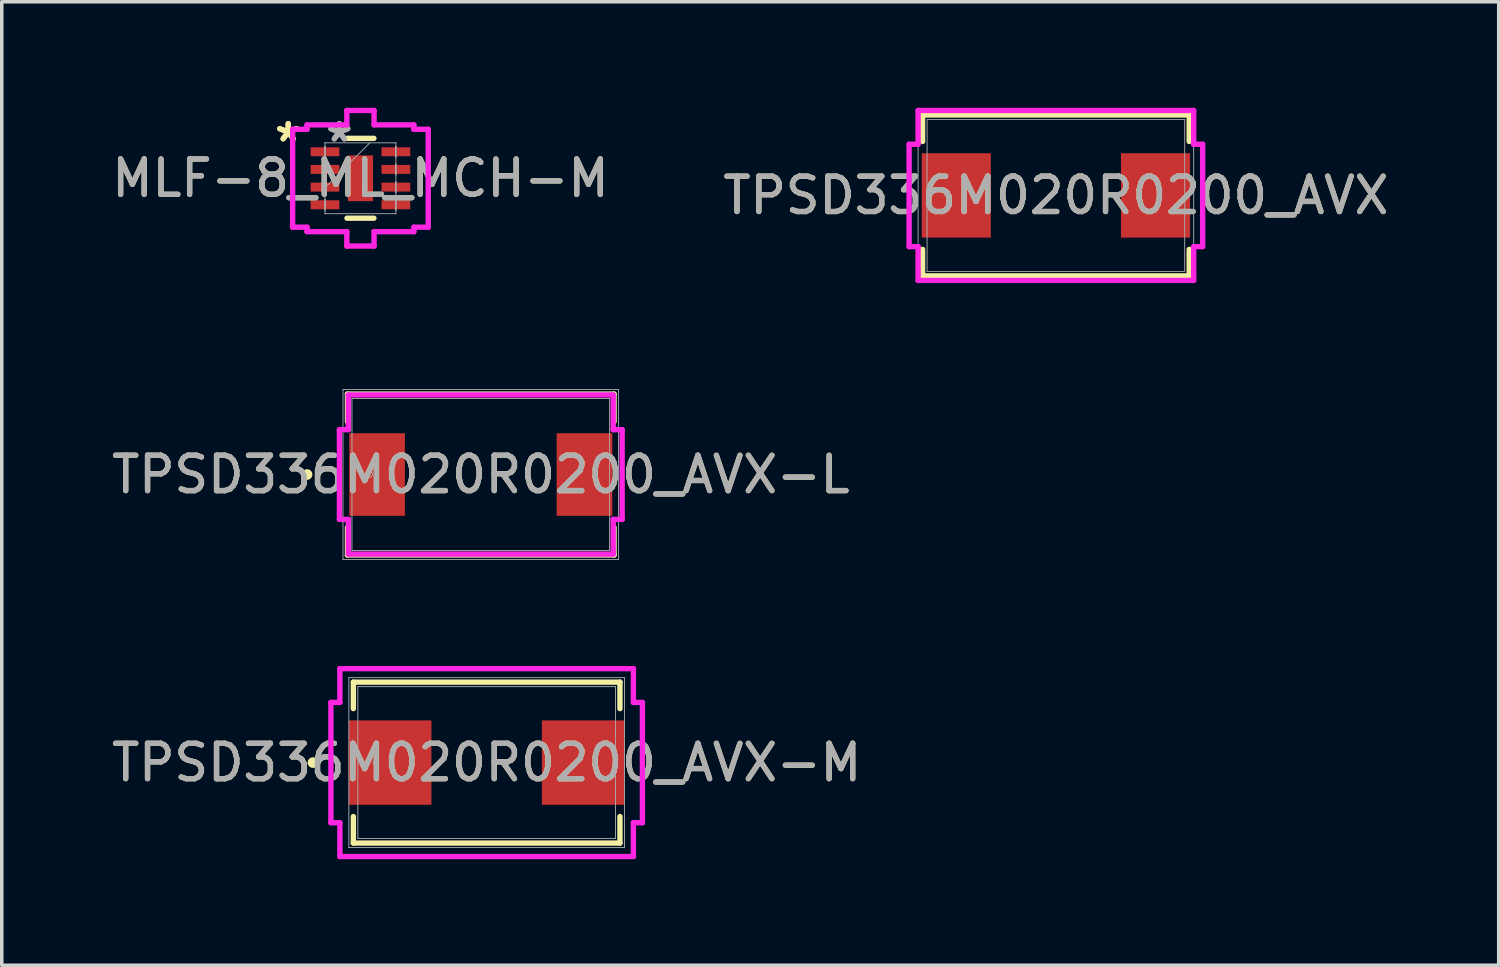
<source format=kicad_pcb>
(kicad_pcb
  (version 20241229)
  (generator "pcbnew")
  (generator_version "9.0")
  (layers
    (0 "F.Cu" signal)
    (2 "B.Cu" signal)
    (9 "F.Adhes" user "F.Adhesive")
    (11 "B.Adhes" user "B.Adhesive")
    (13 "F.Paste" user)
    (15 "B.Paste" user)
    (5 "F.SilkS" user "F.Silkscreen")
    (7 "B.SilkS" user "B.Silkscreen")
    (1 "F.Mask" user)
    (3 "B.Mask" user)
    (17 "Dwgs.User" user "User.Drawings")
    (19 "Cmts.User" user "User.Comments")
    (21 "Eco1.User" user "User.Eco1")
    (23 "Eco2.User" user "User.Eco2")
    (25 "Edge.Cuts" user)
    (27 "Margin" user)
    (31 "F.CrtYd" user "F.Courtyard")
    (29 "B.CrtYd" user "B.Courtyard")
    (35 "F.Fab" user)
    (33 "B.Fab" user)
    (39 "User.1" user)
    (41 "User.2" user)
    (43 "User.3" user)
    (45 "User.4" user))
  (footprint "TPSD336M020R0200_AVX-M"
    (layer "F.Cu")
    (at 10.72 18.528)
    (property "Reference" "TPSD336M020R0200_AVX-M" (at 0 0 0) (unlocked yes) (layer "F.SilkS") (effects (font (size 1 1) (thickness 0.15))))
    (attr smd)
    (fp_line (start -3.772 -2.277) (end -3.772 -1.527) (stroke (width 0.152) (type solid)) (layer "F.SilkS"))
    (fp_line (start -3.772 1.527) (end -3.772 2.277) (stroke (width 0.152) (type solid)) (layer "F.SilkS"))
    (fp_line (start -3.772 2.277) (end 3.772 2.277) (stroke (width 0.152) (type solid)) (layer "F.SilkS"))
    (fp_line (start 3.772 -2.277) (end -3.772 -2.277) (stroke (width 0.152) (type solid)) (layer "F.SilkS"))
    (fp_line (start 3.772 -1.527) (end 3.772 -2.277) (stroke (width 0.152) (type solid)) (layer "F.SilkS"))
    (fp_line (start 3.772 2.277) (end 3.772 1.527) (stroke (width 0.152) (type solid)) (layer "F.SilkS"))
    (fp_circle (center -4.915 0) (end -4.839 0) (stroke (width 0.152) (type solid)) (fill no) (layer "F.SilkS"))
    (fp_line (start -4.407 -1.702) (end -4.153 -1.702) (stroke (width 0.152) (type solid)) (layer "F.CrtYd"))
    (fp_line (start -4.407 1.702) (end -4.407 -1.702) (stroke (width 0.152) (type solid)) (layer "F.CrtYd"))
    (fp_line (start -4.153 -2.658) (end 4.153 -2.658) (stroke (width 0.152) (type solid)) (layer "F.CrtYd"))
    (fp_line (start -4.153 -1.702) (end -4.153 -2.658) (stroke (width 0.152) (type solid)) (layer "F.CrtYd"))
    (fp_line (start -4.153 1.702) (end -4.407 1.702) (stroke (width 0.152) (type solid)) (layer "F.CrtYd"))
    (fp_line (start -4.153 2.658) (end -4.153 1.702) (stroke (width 0.152) (type solid)) (layer "F.CrtYd"))
    (fp_line (start 4.153 -2.658) (end 4.153 -1.702) (stroke (width 0.152) (type solid)) (layer "F.CrtYd"))
    (fp_line (start 4.153 -1.702) (end 4.407 -1.702) (stroke (width 0.152) (type solid)) (layer "F.CrtYd"))
    (fp_line (start 4.153 1.702) (end 4.153 2.658) (stroke (width 0.152) (type solid)) (layer "F.CrtYd"))
    (fp_line (start 4.153 2.658) (end -4.153 2.658) (stroke (width 0.152) (type solid)) (layer "F.CrtYd"))
    (fp_line (start 4.407 -1.702) (end 4.407 1.702) (stroke (width 0.152) (type solid)) (layer "F.CrtYd"))
    (fp_line (start 4.407 1.702) (end 4.153 1.702) (stroke (width 0.152) (type solid)) (layer "F.CrtYd"))
    (fp_line (start -3.899 -2.404) (end 3.899 -2.404) (stroke (width 0.025) (type solid)) (layer "F.Fab"))
    (fp_line (start -3.899 2.404) (end -3.899 -2.404) (stroke (width 0.025) (type solid)) (layer "F.Fab"))
    (fp_line (start -3.645 -2.15) (end -3.645 2.15) (stroke (width 0.025) (type solid)) (layer "F.Fab"))
    (fp_line (start -3.645 2.15) (end 3.645 2.15) (stroke (width 0.025) (type solid)) (layer "F.Fab"))
    (fp_line (start 3.645 -2.15) (end -3.645 -2.15) (stroke (width 0.025) (type solid)) (layer "F.Fab"))
    (fp_line (start 3.645 2.15) (end 3.645 -2.15) (stroke (width 0.025) (type solid)) (layer "F.Fab"))
    (fp_line (start 3.899 -2.404) (end 3.899 2.404) (stroke (width 0.025) (type solid)) (layer "F.Fab"))
    (fp_line (start 3.899 2.404) (end -3.899 2.404) (stroke (width 0.025) (type solid)) (layer "F.Fab"))
    (fp_circle (center -3.137 0) (end -3.061 0) (stroke (width 0.025) (type solid)) (fill no) (layer "F.Fab"))
    (fp_text user "${REFERENCE}" (at 0 0 0) (unlocked yes) (layer "F.Fab") (effects (font (size 1 1) (thickness 0.15))))
    (pad "1" smd rect (at -2.731 0 90) (size 2.388 2.337) (layers "F.Cu" "F.Mask" "F.Paste"))
    (pad "2" smd rect (at 2.731 0 90) (size 2.388 2.337) (layers "F.Cu" "F.Mask" "F.Paste"))
    (zone (net_name "") (layer "F.Cu") (hatch full 0.508) (connect_pads) (min_thickness 0.254) (filled_areas_thickness no) (keepout (tracks not_allowed) (vias not_allowed) (pads allowed) (copperpour not_allowed) (footprints allowed)) (placement (enabled no)) (fill) (polygon (pts (xy 7.126 16.429) (xy 14.314 16.429) (xy 14.314 17.283) (xy 7.126 17.283))))
    (zone (net_name "") (layer "F.Cu") (hatch full 0.508) (connect_pads) (min_thickness 0.254) (filled_areas_thickness no) (keepout (tracks not_allowed) (vias not_allowed) (pads allowed) (copperpour not_allowed) (footprints allowed)) (placement (enabled no)) (fill) (polygon (pts (xy 7.126 19.773) (xy 14.314 19.773) (xy 14.314 20.627) (xy 7.126 20.627))))
    (zone (net_name "") (layer "F.Cu") (hatch full 0.508) (connect_pads) (min_thickness 0.254) (filled_areas_thickness no) (keepout (tracks not_allowed) (vias not_allowed) (pads allowed) (copperpour not_allowed) (footprints allowed)) (placement (enabled no)) (fill) (polygon (pts (xy 9.209 17.283) (xy 12.232 17.283) (xy 12.232 19.773) (xy 9.209 19.773)))))
  (footprint "TPSD336M020R0200_AVX"
    (layer "F.Cu")
    (at 26.827 2.48)
    (property "Reference" "TPSD336M020R0200_AVX" (at 0 0 0) (unlocked yes) (layer "F.SilkS") (effects (font (size 1 1) (thickness 0.15))))
    (attr smd)
    (fp_line (start -3.772 -2.277) (end -3.772 -1.527) (stroke (width 0.152) (type solid)) (layer "F.SilkS"))
    (fp_line (start -3.772 1.527) (end -3.772 2.277) (stroke (width 0.152) (type solid)) (layer "F.SilkS"))
    (fp_line (start -3.772 2.277) (end 3.772 2.277) (stroke (width 0.152) (type solid)) (layer "F.SilkS"))
    (fp_line (start 3.772 -2.277) (end -3.772 -2.277) (stroke (width 0.152) (type solid)) (layer "F.SilkS"))
    (fp_line (start 3.772 -1.527) (end 3.772 -2.277) (stroke (width 0.152) (type solid)) (layer "F.SilkS"))
    (fp_line (start 3.772 2.277) (end 3.772 1.527) (stroke (width 0.152) (type solid)) (layer "F.SilkS"))
    (fp_line (start -4.153 -1.448) (end -3.899 -1.448) (stroke (width 0.152) (type solid)) (layer "F.CrtYd"))
    (fp_line (start -4.153 1.448) (end -4.153 -1.448) (stroke (width 0.152) (type solid)) (layer "F.CrtYd"))
    (fp_line (start -3.899 -2.404) (end 3.899 -2.404) (stroke (width 0.152) (type solid)) (layer "F.CrtYd"))
    (fp_line (start -3.899 -1.448) (end -3.899 -2.404) (stroke (width 0.152) (type solid)) (layer "F.CrtYd"))
    (fp_line (start -3.899 1.448) (end -4.153 1.448) (stroke (width 0.152) (type solid)) (layer "F.CrtYd"))
    (fp_line (start -3.899 2.404) (end -3.899 1.448) (stroke (width 0.152) (type solid)) (layer "F.CrtYd"))
    (fp_line (start 3.899 -2.404) (end 3.899 -1.448) (stroke (width 0.152) (type solid)) (layer "F.CrtYd"))
    (fp_line (start 3.899 -1.448) (end 4.153 -1.448) (stroke (width 0.152) (type solid)) (layer "F.CrtYd"))
    (fp_line (start 3.899 1.448) (end 3.899 2.404) (stroke (width 0.152) (type solid)) (layer "F.CrtYd"))
    (fp_line (start 3.899 2.404) (end -3.899 2.404) (stroke (width 0.152) (type solid)) (layer "F.CrtYd"))
    (fp_line (start 4.153 -1.448) (end 4.153 1.448) (stroke (width 0.152) (type solid)) (layer "F.CrtYd"))
    (fp_line (start 4.153 1.448) (end 3.899 1.448) (stroke (width 0.152) (type solid)) (layer "F.CrtYd"))
    (fp_line (start -3.899 -2.404) (end 3.899 -2.404) (stroke (width 0.025) (type solid)) (layer "F.Fab"))
    (fp_line (start -3.899 2.404) (end -3.899 -2.404) (stroke (width 0.025) (type solid)) (layer "F.Fab"))
    (fp_line (start -3.645 -2.15) (end -3.645 2.15) (stroke (width 0.025) (type solid)) (layer "F.Fab"))
    (fp_line (start -3.645 2.15) (end 3.645 2.15) (stroke (width 0.025) (type solid)) (layer "F.Fab"))
    (fp_line (start 3.645 -2.15) (end -3.645 -2.15) (stroke (width 0.025) (type solid)) (layer "F.Fab"))
    (fp_line (start 3.645 2.15) (end 3.645 -2.15) (stroke (width 0.025) (type solid)) (layer "F.Fab"))
    (fp_line (start 3.899 -2.404) (end 3.899 2.404) (stroke (width 0.025) (type solid)) (layer "F.Fab"))
    (fp_line (start 3.899 2.404) (end -3.899 2.404) (stroke (width 0.025) (type solid)) (layer "F.Fab"))
    (fp_circle (center -3.137 0) (end -3.137 0) (stroke (width 0.025) (type solid)) (fill no) (layer "F.Fab"))
    (fp_text user "${REFERENCE}" (at 0 0 0) (unlocked yes) (layer "F.Fab") (effects (font (size 1 1) (thickness 0.15))))
    (pad "1" smd rect (at -2.819 0 90) (size 2.388 1.956) (layers "F.Cu" "F.Mask" "F.Paste"))
    (pad "2" smd rect (at 2.819 0 90) (size 2.388 1.956) (layers "F.Cu" "F.Mask" "F.Paste"))
    (zone (net_name "") (layer "F.Cu") (hatch full 0.508) (connect_pads) (min_thickness 0.254) (filled_areas_thickness no) (keepout (tracks not_allowed) (vias not_allowed) (pads allowed) (copperpour not_allowed) (footprints allowed)) (placement (enabled no)) (fill) (polygon (pts (xy 23.233 0.381) (xy 30.421 0.381) (xy 30.421 1.236) (xy 23.233 1.236))))
    (zone (net_name "") (layer "F.Cu") (hatch full 0.508) (connect_pads) (min_thickness 0.254) (filled_areas_thickness no) (keepout (tracks not_allowed) (vias not_allowed) (pads allowed) (copperpour not_allowed) (footprints allowed)) (placement (enabled no)) (fill) (polygon (pts (xy 23.233 3.725) (xy 30.421 3.725) (xy 30.421 4.579) (xy 23.233 4.579))))
    (zone (net_name "") (layer "F.Cu") (hatch full 0.508) (connect_pads) (min_thickness 0.254) (filled_areas_thickness no) (keepout (tracks not_allowed) (vias not_allowed) (pads allowed) (copperpour not_allowed) (footprints allowed)) (placement (enabled no)) (fill) (polygon (pts (xy 25.037 1.236) (xy 28.618 1.236) (xy 28.618 3.725) (xy 25.037 3.725)))))
  (footprint "MLF-8_ML_MCH-M"
    (layer "F.Cu")
    (at 7.149 1.994)
    (property "Reference" "MLF-8_ML_MCH-M" (at 0 0 0) (unlocked yes) (layer "F.SilkS") (effects (font (size 1 1) (thickness 0.15))))
    (attr smd)
    (fp_line (start -0.381 1.13) (end 0.381 1.13) (stroke (width 0.152) (type solid)) (layer "F.SilkS"))
    (fp_line (start 0.381 -1.13) (end -0.381 -1.13) (stroke (width 0.152) (type solid)) (layer "F.SilkS"))
    (fp_line (start -1.918 -1.385) (end -1.511 -1.385) (stroke (width 0.152) (type solid)) (layer "F.CrtYd"))
    (fp_line (start -1.918 1.385) (end -1.918 -1.385) (stroke (width 0.152) (type solid)) (layer "F.CrtYd"))
    (fp_line (start -1.511 -1.511) (end -0.385 -1.511) (stroke (width 0.152) (type solid)) (layer "F.CrtYd"))
    (fp_line (start -1.511 -1.385) (end -1.511 -1.511) (stroke (width 0.152) (type solid)) (layer "F.CrtYd"))
    (fp_line (start -1.511 1.385) (end -1.918 1.385) (stroke (width 0.152) (type solid)) (layer "F.CrtYd"))
    (fp_line (start -1.511 1.511) (end -1.511 1.385) (stroke (width 0.152) (type solid)) (layer "F.CrtYd"))
    (fp_line (start -0.385 -1.918) (end 0.385 -1.918) (stroke (width 0.152) (type solid)) (layer "F.CrtYd"))
    (fp_line (start -0.385 -1.511) (end -0.385 -1.918) (stroke (width 0.152) (type solid)) (layer "F.CrtYd"))
    (fp_line (start -0.385 1.511) (end -1.511 1.511) (stroke (width 0.152) (type solid)) (layer "F.CrtYd"))
    (fp_line (start -0.385 1.918) (end -0.385 1.511) (stroke (width 0.152) (type solid)) (layer "F.CrtYd"))
    (fp_line (start 0.385 -1.918) (end 0.385 -1.511) (stroke (width 0.152) (type solid)) (layer "F.CrtYd"))
    (fp_line (start 0.385 -1.511) (end 1.511 -1.511) (stroke (width 0.152) (type solid)) (layer "F.CrtYd"))
    (fp_line (start 0.385 1.511) (end 0.385 1.918) (stroke (width 0.152) (type solid)) (layer "F.CrtYd"))
    (fp_line (start 0.385 1.918) (end -0.385 1.918) (stroke (width 0.152) (type solid)) (layer "F.CrtYd"))
    (fp_line (start 1.511 -1.511) (end 1.511 -1.385) (stroke (width 0.152) (type solid)) (layer "F.CrtYd"))
    (fp_line (start 1.511 -1.385) (end 1.918 -1.385) (stroke (width 0.152) (type solid)) (layer "F.CrtYd"))
    (fp_line (start 1.511 1.385) (end 1.511 1.511) (stroke (width 0.152) (type solid)) (layer "F.CrtYd"))
    (fp_line (start 1.511 1.511) (end 0.385 1.511) (stroke (width 0.152) (type solid)) (layer "F.CrtYd"))
    (fp_line (start 1.918 -1.385) (end 1.918 1.385) (stroke (width 0.152) (type solid)) (layer "F.CrtYd"))
    (fp_line (start 1.918 1.385) (end 1.511 1.385) (stroke (width 0.152) (type solid)) (layer "F.CrtYd"))
    (fp_line (start -1.003 -1.003) (end -1.003 -1.003) (stroke (width 0.025) (type solid)) (layer "F.Fab"))
    (fp_line (start -1.003 -1.003) (end -1.003 1.003) (stroke (width 0.025) (type solid)) (layer "F.Fab"))
    (fp_line (start -1.003 -0.902) (end -1.003 -0.902) (stroke (width 0.025) (type solid)) (layer "F.Fab"))
    (fp_line (start -1.003 -0.902) (end -1.003 -0.598) (stroke (width 0.025) (type solid)) (layer "F.Fab"))
    (fp_line (start -1.003 -0.598) (end -1.003 -0.902) (stroke (width 0.025) (type solid)) (layer "F.Fab"))
    (fp_line (start -1.003 -0.598) (end -1.003 -0.598) (stroke (width 0.025) (type solid)) (layer "F.Fab"))
    (fp_line (start -1.003 -0.402) (end -1.003 -0.402) (stroke (width 0.025) (type solid)) (layer "F.Fab"))
    (fp_line (start -1.003 -0.402) (end -1.003 -0.098) (stroke (width 0.025) (type solid)) (layer "F.Fab"))
    (fp_line (start -1.003 -0.098) (end -1.003 -0.402) (stroke (width 0.025) (type solid)) (layer "F.Fab"))
    (fp_line (start -1.003 -0.098) (end -1.003 -0.098) (stroke (width 0.025) (type solid)) (layer "F.Fab"))
    (fp_line (start -1.003 0.098) (end -1.003 0.098) (stroke (width 0.025) (type solid)) (layer "F.Fab"))
    (fp_line (start -1.003 0.098) (end -1.003 0.402) (stroke (width 0.025) (type solid)) (layer "F.Fab"))
    (fp_line (start -1.003 0.267) (end 0.267 -1.003) (stroke (width 0.025) (type solid)) (layer "F.Fab"))
    (fp_line (start -1.003 0.402) (end -1.003 0.098) (stroke (width 0.025) (type solid)) (layer "F.Fab"))
    (fp_line (start -1.003 0.402) (end -1.003 0.402) (stroke (width 0.025) (type solid)) (layer "F.Fab"))
    (fp_line (start -1.003 0.598) (end -1.003 0.598) (stroke (width 0.025) (type solid)) (layer "F.Fab"))
    (fp_line (start -1.003 0.598) (end -1.003 0.902) (stroke (width 0.025) (type solid)) (layer "F.Fab"))
    (fp_line (start -1.003 0.902) (end -1.003 0.598) (stroke (width 0.025) (type solid)) (layer "F.Fab"))
    (fp_line (start -1.003 0.902) (end -1.003 0.902) (stroke (width 0.025) (type solid)) (layer "F.Fab"))
    (fp_line (start -1.003 1.003) (end -1.003 1.003) (stroke (width 0.025) (type solid)) (layer "F.Fab"))
    (fp_line (start -1.003 1.003) (end 1.003 1.003) (stroke (width 0.025) (type solid)) (layer "F.Fab"))
    (fp_line (start 1.003 -1.003) (end -1.003 -1.003) (stroke (width 0.025) (type solid)) (layer "F.Fab"))
    (fp_line (start 1.003 -1.003) (end 1.003 -1.003) (stroke (width 0.025) (type solid)) (layer "F.Fab"))
    (fp_line (start 1.003 -0.902) (end 1.003 -0.902) (stroke (width 0.025) (type solid)) (layer "F.Fab"))
    (fp_line (start 1.003 -0.902) (end 1.003 -0.598) (stroke (width 0.025) (type solid)) (layer "F.Fab"))
    (fp_line (start 1.003 -0.598) (end 1.003 -0.902) (stroke (width 0.025) (type solid)) (layer "F.Fab"))
    (fp_line (start 1.003 -0.598) (end 1.003 -0.598) (stroke (width 0.025) (type solid)) (layer "F.Fab"))
    (fp_line (start 1.003 -0.402) (end 1.003 -0.402) (stroke (width 0.025) (type solid)) (layer "F.Fab"))
    (fp_line (start 1.003 -0.402) (end 1.003 -0.098) (stroke (width 0.025) (type solid)) (layer "F.Fab"))
    (fp_line (start 1.003 -0.098) (end 1.003 -0.402) (stroke (width 0.025) (type solid)) (layer "F.Fab"))
    (fp_line (start 1.003 -0.098) (end 1.003 -0.098) (stroke (width 0.025) (type solid)) (layer "F.Fab"))
    (fp_line (start 1.003 0.098) (end 1.003 0.098) (stroke (width 0.025) (type solid)) (layer "F.Fab"))
    (fp_line (start 1.003 0.098) (end 1.003 0.402) (stroke (width 0.025) (type solid)) (layer "F.Fab"))
    (fp_line (start 1.003 0.402) (end 1.003 0.098) (stroke (width 0.025) (type solid)) (layer "F.Fab"))
    (fp_line (start 1.003 0.402) (end 1.003 0.402) (stroke (width 0.025) (type solid)) (layer "F.Fab"))
    (fp_line (start 1.003 0.598) (end 1.003 0.598) (stroke (width 0.025) (type solid)) (layer "F.Fab"))
    (fp_line (start 1.003 0.598) (end 1.003 0.902) (stroke (width 0.025) (type solid)) (layer "F.Fab"))
    (fp_line (start 1.003 0.902) (end 1.003 0.598) (stroke (width 0.025) (type solid)) (layer "F.Fab"))
    (fp_line (start 1.003 0.902) (end 1.003 0.902) (stroke (width 0.025) (type solid)) (layer "F.Fab"))
    (fp_line (start 1.003 1.003) (end 1.003 -1.003) (stroke (width 0.025) (type solid)) (layer "F.Fab"))
    (fp_line (start 1.003 1.003) (end 1.003 1.003) (stroke (width 0.025) (type solid)) (layer "F.Fab"))
    (fp_text user "*" (at -2.045 -1 0) (layer "F.SilkS") (effects (font (size 1 1) (thickness 0.15))))
    (fp_text user "*" (at -2.045 -1 0) (unlocked yes) (layer "F.SilkS") (effects (font (size 1 1) (thickness 0.15))))
    (fp_text user "*" (at -0.597 -1 0) (layer "F.Fab") (effects (font (size 1 1) (thickness 0.15))))
    (fp_text user "*" (at -0.597 -1 0) (unlocked yes) (layer "F.Fab") (effects (font (size 1 1) (thickness 0.15))))
    (fp_text user "${REFERENCE}" (at 0 0 0) (unlocked yes) (layer "F.Fab") (effects (font (size 1 1) (thickness 0.15))))
    (pad "1" smd rect (at -1.003 -0.75 90) (size 0.254 0.813) (layers "F.Cu" "F.Mask" "F.Paste"))
    (pad "2" smd rect (at -1.003 -0.25 90) (size 0.254 0.813) (layers "F.Cu" "F.Mask" "F.Paste"))
    (pad "3" smd rect (at -1.003 0.25 90) (size 0.254 0.813) (layers "F.Cu" "F.Mask" "F.Paste"))
    (pad "4" smd rect (at -1.003 0.75 90) (size 0.254 0.813) (layers "F.Cu" "F.Mask" "F.Paste"))
    (pad "5" smd rect (at 1.003 0.75 90) (size 0.254 0.813) (layers "F.Cu" "F.Mask" "F.Paste"))
    (pad "6" smd rect (at 1.003 0.25 90) (size 0.254 0.813) (layers "F.Cu" "F.Mask" "F.Paste"))
    (pad "7" smd rect (at 1.003 -0.25 90) (size 0.254 0.813) (layers "F.Cu" "F.Mask" "F.Paste"))
    (pad "8" smd rect (at 1.003 -0.75 90) (size 0.254 0.813) (layers "F.Cu" "F.Mask" "F.Paste"))
    (pad "9" smd rect (at 0 0) (size 0.711 1.295) (layers "F.Cu" "F.Mask" "F.Paste")))
  (footprint "TPSD336M020R0200_AVX-L"
    (layer "F.Cu")
    (at 10.554 10.377)
    (property "Reference" "TPSD336M020R0200_AVX-L" (at 0 0 0) (unlocked yes) (layer "F.SilkS") (effects (font (size 1 1) (thickness 0.15))))
    (attr smd)
    (fp_line (start -3.772 -2.277) (end -3.772 -1.497) (stroke (width 0.152) (type solid)) (layer "F.SilkS"))
    (fp_line (start -3.772 1.497) (end -3.772 2.277) (stroke (width 0.152) (type solid)) (layer "F.SilkS"))
    (fp_line (start -3.772 2.277) (end 3.772 2.277) (stroke (width 0.152) (type solid)) (layer "F.SilkS"))
    (fp_line (start 3.772 -2.277) (end -3.772 -2.277) (stroke (width 0.152) (type solid)) (layer "F.SilkS"))
    (fp_line (start 3.772 -1.497) (end 3.772 -2.277) (stroke (width 0.152) (type solid)) (layer "F.SilkS"))
    (fp_line (start 3.772 2.277) (end 3.772 1.497) (stroke (width 0.152) (type solid)) (layer "F.SilkS"))
    (fp_circle (center -4.915 0) (end -4.839 0) (stroke (width 0.152) (type solid)) (fill no) (layer "F.SilkS"))
    (fp_line (start -4 -1.27) (end -3.747 -1.27) (stroke (width 0.152) (type solid)) (layer "F.CrtYd"))
    (fp_line (start -4 1.27) (end -4 -1.27) (stroke (width 0.152) (type solid)) (layer "F.CrtYd"))
    (fp_line (start -3.747 -2.252) (end 3.747 -2.252) (stroke (width 0.152) (type solid)) (layer "F.CrtYd"))
    (fp_line (start -3.747 -1.27) (end -3.747 -2.252) (stroke (width 0.152) (type solid)) (layer "F.CrtYd"))
    (fp_line (start -3.747 1.27) (end -4 1.27) (stroke (width 0.152) (type solid)) (layer "F.CrtYd"))
    (fp_line (start -3.747 2.252) (end -3.747 1.27) (stroke (width 0.152) (type solid)) (layer "F.CrtYd"))
    (fp_line (start 3.747 -2.252) (end 3.747 -1.27) (stroke (width 0.152) (type solid)) (layer "F.CrtYd"))
    (fp_line (start 3.747 -1.27) (end 4 -1.27) (stroke (width 0.152) (type solid)) (layer "F.CrtYd"))
    (fp_line (start 3.747 1.27) (end 3.747 2.252) (stroke (width 0.152) (type solid)) (layer "F.CrtYd"))
    (fp_line (start 3.747 2.252) (end -3.747 2.252) (stroke (width 0.152) (type solid)) (layer "F.CrtYd"))
    (fp_line (start 4 -1.27) (end 4 1.27) (stroke (width 0.152) (type solid)) (layer "F.CrtYd"))
    (fp_line (start 4 1.27) (end 3.747 1.27) (stroke (width 0.152) (type solid)) (layer "F.CrtYd"))
    (fp_line (start -3.899 -2.404) (end 3.899 -2.404) (stroke (width 0.025) (type solid)) (layer "F.Fab"))
    (fp_line (start -3.899 2.404) (end -3.899 -2.404) (stroke (width 0.025) (type solid)) (layer "F.Fab"))
    (fp_line (start -3.645 -2.15) (end -3.645 2.15) (stroke (width 0.025) (type solid)) (layer "F.Fab"))
    (fp_line (start -3.645 2.15) (end 3.645 2.15) (stroke (width 0.025) (type solid)) (layer "F.Fab"))
    (fp_line (start 3.645 -2.15) (end -3.645 -2.15) (stroke (width 0.025) (type solid)) (layer "F.Fab"))
    (fp_line (start 3.645 2.15) (end 3.645 -2.15) (stroke (width 0.025) (type solid)) (layer "F.Fab"))
    (fp_line (start 3.899 -2.404) (end 3.899 2.404) (stroke (width 0.025) (type solid)) (layer "F.Fab"))
    (fp_line (start 3.899 2.404) (end -3.899 2.404) (stroke (width 0.025) (type solid)) (layer "F.Fab"))
    (fp_circle (center -3.137 0) (end -3.061 0) (stroke (width 0.025) (type solid)) (fill no) (layer "F.Fab"))
    (fp_text user "${REFERENCE}" (at 0 0 0) (unlocked yes) (layer "F.Fab") (effects (font (size 1 1) (thickness 0.15))))
    (pad "1" smd rect (at -2.934 0 90) (size 2.337 1.575) (layers "F.Cu" "F.Mask" "F.Paste"))
    (pad "2" smd rect (at 2.934 0 90) (size 2.337 1.575) (layers "F.Cu" "F.Mask" "F.Paste"))
    (zone (net_name "") (layer "F.Cu") (hatch full 0.508) (connect_pads) (min_thickness 0.254) (filled_areas_thickness no) (keepout (tracks not_allowed) (vias not_allowed) (pads allowed) (copperpour not_allowed) (footprints allowed)) (placement (enabled no)) (fill) (polygon (pts (xy 6.959 8.278) (xy 14.148 8.278) (xy 14.148 9.133) (xy 6.959 9.133))))
    (zone (net_name "") (layer "F.Cu") (hatch full 0.508) (connect_pads) (min_thickness 0.254) (filled_areas_thickness no) (keepout (tracks not_allowed) (vias not_allowed) (pads allowed) (copperpour not_allowed) (footprints allowed)) (placement (enabled no)) (fill) (polygon (pts (xy 6.959 11.622) (xy 14.148 11.622) (xy 14.148 12.476) (xy 6.959 12.476))))
    (zone (net_name "") (layer "F.Cu") (hatch full 0.508) (connect_pads) (min_thickness 0.254) (filled_areas_thickness no) (keepout (tracks not_allowed) (vias not_allowed) (pads allowed) (copperpour not_allowed) (footprints allowed)) (placement (enabled no)) (fill) (polygon (pts (xy 8.458 9.133) (xy 12.649 9.133) (xy 12.649 11.622) (xy 8.458 11.622)))))
  (gr_rect
    (start -3 -3)
    (end 39.357 24.262)
    (stroke (width 0.1) (type default))
    (fill no)
    (layer "Edge.Cuts")))
</source>
